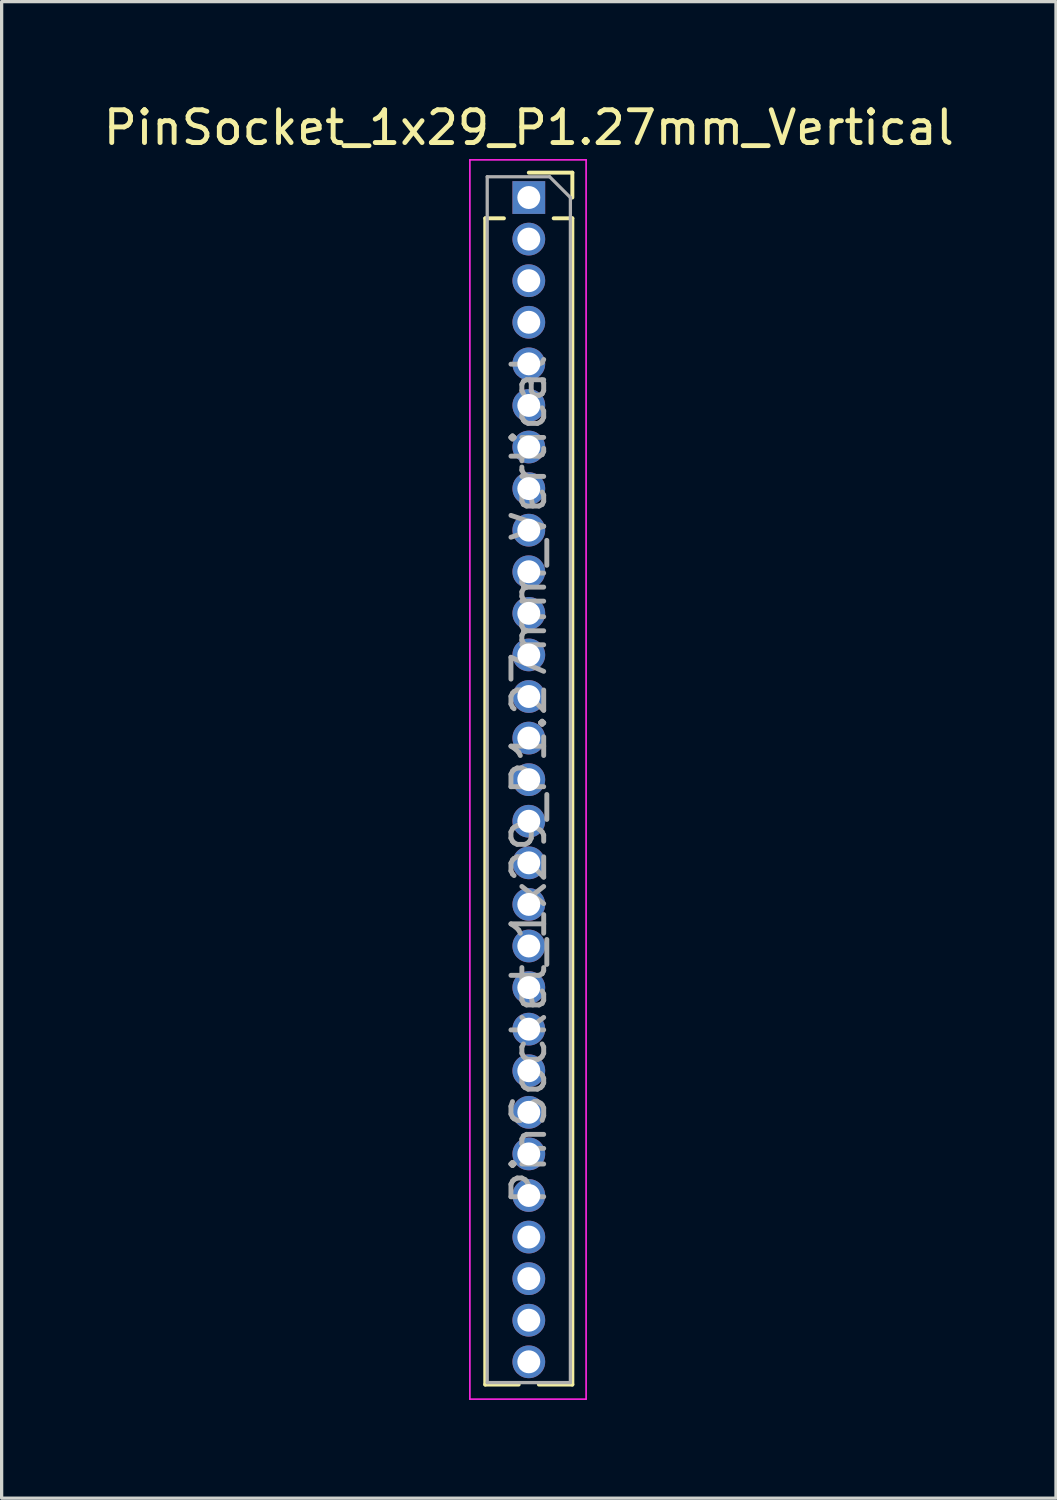
<source format=kicad_pcb>
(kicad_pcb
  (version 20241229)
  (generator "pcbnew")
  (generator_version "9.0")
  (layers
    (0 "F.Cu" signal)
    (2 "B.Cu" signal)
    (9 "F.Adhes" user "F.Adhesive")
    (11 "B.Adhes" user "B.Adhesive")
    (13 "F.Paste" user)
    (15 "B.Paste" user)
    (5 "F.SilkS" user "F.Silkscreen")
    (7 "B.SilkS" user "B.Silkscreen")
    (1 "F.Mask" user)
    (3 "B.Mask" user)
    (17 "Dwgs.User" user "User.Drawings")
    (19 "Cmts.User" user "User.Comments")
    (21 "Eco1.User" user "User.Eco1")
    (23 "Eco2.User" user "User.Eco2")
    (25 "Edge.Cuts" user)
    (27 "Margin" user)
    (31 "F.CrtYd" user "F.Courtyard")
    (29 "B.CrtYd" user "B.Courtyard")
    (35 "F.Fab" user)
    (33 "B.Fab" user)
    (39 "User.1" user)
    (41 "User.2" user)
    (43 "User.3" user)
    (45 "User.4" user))
  (footprint "PinSocket_1x29_P1.27mm_Vertical"
    (layer "F.Cu")
    (at 13.101 2.983)
    (property "Reference" "PinSocket_1x29_P1.27mm_Vertical" (at 0 -2.135 0) (layer "F.SilkS") (effects (font (size 1 1) (thickness 0.15))))
    (attr through_hole)
    (fp_line (start -1.33 0.635) (end -1.33 36.255) (stroke (width 0.12) (type solid)) (layer "F.SilkS"))
    (fp_line (start -1.33 0.635) (end -0.76 0.635) (stroke (width 0.12) (type solid)) (layer "F.SilkS"))
    (fp_line (start -1.33 36.255) (end -0.308 36.255) (stroke (width 0.12) (type solid)) (layer "F.SilkS"))
    (fp_line (start 0 -0.76) (end 1.33 -0.76) (stroke (width 0.12) (type solid)) (layer "F.SilkS"))
    (fp_line (start 0.308 36.255) (end 1.33 36.255) (stroke (width 0.12) (type solid)) (layer "F.SilkS"))
    (fp_line (start 0.76 0.635) (end 1.33 0.635) (stroke (width 0.12) (type solid)) (layer "F.SilkS"))
    (fp_line (start 1.33 -0.76) (end 1.33 0) (stroke (width 0.12) (type solid)) (layer "F.SilkS"))
    (fp_line (start 1.33 0.635) (end 1.33 36.255) (stroke (width 0.12) (type solid)) (layer "F.SilkS"))
    (fp_line (start -1.8 -1.15) (end 1.75 -1.15) (stroke (width 0.05) (type solid)) (layer "F.CrtYd"))
    (fp_line (start -1.8 36.7) (end -1.8 -1.15) (stroke (width 0.05) (type solid)) (layer "F.CrtYd"))
    (fp_line (start 1.75 -1.15) (end 1.75 36.7) (stroke (width 0.05) (type solid)) (layer "F.CrtYd"))
    (fp_line (start 1.75 36.7) (end -1.8 36.7) (stroke (width 0.05) (type solid)) (layer "F.CrtYd"))
    (fp_line (start -1.27 -0.635) (end 0.635 -0.635) (stroke (width 0.1) (type solid)) (layer "F.Fab"))
    (fp_line (start -1.27 36.195) (end -1.27 -0.635) (stroke (width 0.1) (type solid)) (layer "F.Fab"))
    (fp_line (start 0.635 -0.635) (end 1.27 0) (stroke (width 0.1) (type solid)) (layer "F.Fab"))
    (fp_line (start 1.27 0) (end 1.27 36.195) (stroke (width 0.1) (type solid)) (layer "F.Fab"))
    (fp_line (start 1.27 36.195) (end -1.27 36.195) (stroke (width 0.1) (type solid)) (layer "F.Fab"))
    (fp_text user "${REFERENCE}" (at 0 17.78 90) (layer "F.Fab") (effects (font (size 1 1) (thickness 0.15))))
    (pad "1" thru_hole rect (at 0 0) (size 1 1) (drill 0.7) (layers "*.Cu" "*.Mask"))
    (pad "2" thru_hole oval (at 0 1.27) (size 1 1) (drill 0.7) (layers "*.Cu" "*.Mask"))
    (pad "3" thru_hole oval (at 0 2.54) (size 1 1) (drill 0.7) (layers "*.Cu" "*.Mask"))
    (pad "4" thru_hole oval (at 0 3.81) (size 1 1) (drill 0.7) (layers "*.Cu" "*.Mask"))
    (pad "5" thru_hole oval (at 0 5.08) (size 1 1) (drill 0.7) (layers "*.Cu" "*.Mask"))
    (pad "6" thru_hole oval (at 0 6.35) (size 1 1) (drill 0.7) (layers "*.Cu" "*.Mask"))
    (pad "7" thru_hole oval (at 0 7.62) (size 1 1) (drill 0.7) (layers "*.Cu" "*.Mask"))
    (pad "8" thru_hole oval (at 0 8.89) (size 1 1) (drill 0.7) (layers "*.Cu" "*.Mask"))
    (pad "9" thru_hole oval (at 0 10.16) (size 1 1) (drill 0.7) (layers "*.Cu" "*.Mask"))
    (pad "10" thru_hole oval (at 0 11.43) (size 1 1) (drill 0.7) (layers "*.Cu" "*.Mask"))
    (pad "11" thru_hole oval (at 0 12.7) (size 1 1) (drill 0.7) (layers "*.Cu" "*.Mask"))
    (pad "12" thru_hole oval (at 0 13.97) (size 1 1) (drill 0.7) (layers "*.Cu" "*.Mask"))
    (pad "13" thru_hole oval (at 0 15.24) (size 1 1) (drill 0.7) (layers "*.Cu" "*.Mask"))
    (pad "14" thru_hole oval (at 0 16.51) (size 1 1) (drill 0.7) (layers "*.Cu" "*.Mask"))
    (pad "15" thru_hole oval (at 0 17.78) (size 1 1) (drill 0.7) (layers "*.Cu" "*.Mask"))
    (pad "16" thru_hole oval (at 0 19.05) (size 1 1) (drill 0.7) (layers "*.Cu" "*.Mask"))
    (pad "17" thru_hole oval (at 0 20.32) (size 1 1) (drill 0.7) (layers "*.Cu" "*.Mask"))
    (pad "18" thru_hole oval (at 0 21.59) (size 1 1) (drill 0.7) (layers "*.Cu" "*.Mask"))
    (pad "19" thru_hole oval (at 0 22.86) (size 1 1) (drill 0.7) (layers "*.Cu" "*.Mask"))
    (pad "20" thru_hole oval (at 0 24.13) (size 1 1) (drill 0.7) (layers "*.Cu" "*.Mask"))
    (pad "21" thru_hole oval (at 0 25.4) (size 1 1) (drill 0.7) (layers "*.Cu" "*.Mask"))
    (pad "22" thru_hole oval (at 0 26.67) (size 1 1) (drill 0.7) (layers "*.Cu" "*.Mask"))
    (pad "23" thru_hole oval (at 0 27.94) (size 1 1) (drill 0.7) (layers "*.Cu" "*.Mask"))
    (pad "24" thru_hole oval (at 0 29.21) (size 1 1) (drill 0.7) (layers "*.Cu" "*.Mask"))
    (pad "25" thru_hole oval (at 0 30.48) (size 1 1) (drill 0.7) (layers "*.Cu" "*.Mask"))
    (pad "26" thru_hole oval (at 0 31.75) (size 1 1) (drill 0.7) (layers "*.Cu" "*.Mask"))
    (pad "27" thru_hole oval (at 0 33.02) (size 1 1) (drill 0.7) (layers "*.Cu" "*.Mask"))
    (pad "28" thru_hole oval (at 0 34.29) (size 1 1) (drill 0.7) (layers "*.Cu" "*.Mask"))
    (pad "29" thru_hole oval (at 0 35.56) (size 1 1) (drill 0.7) (layers "*.Cu" "*.Mask")))
  (gr_rect
    (start -3 -3)
    (end 29.202 42.708)
    (stroke (width 0.1) (type default))
    (fill no)
    (layer "Edge.Cuts")))
</source>
